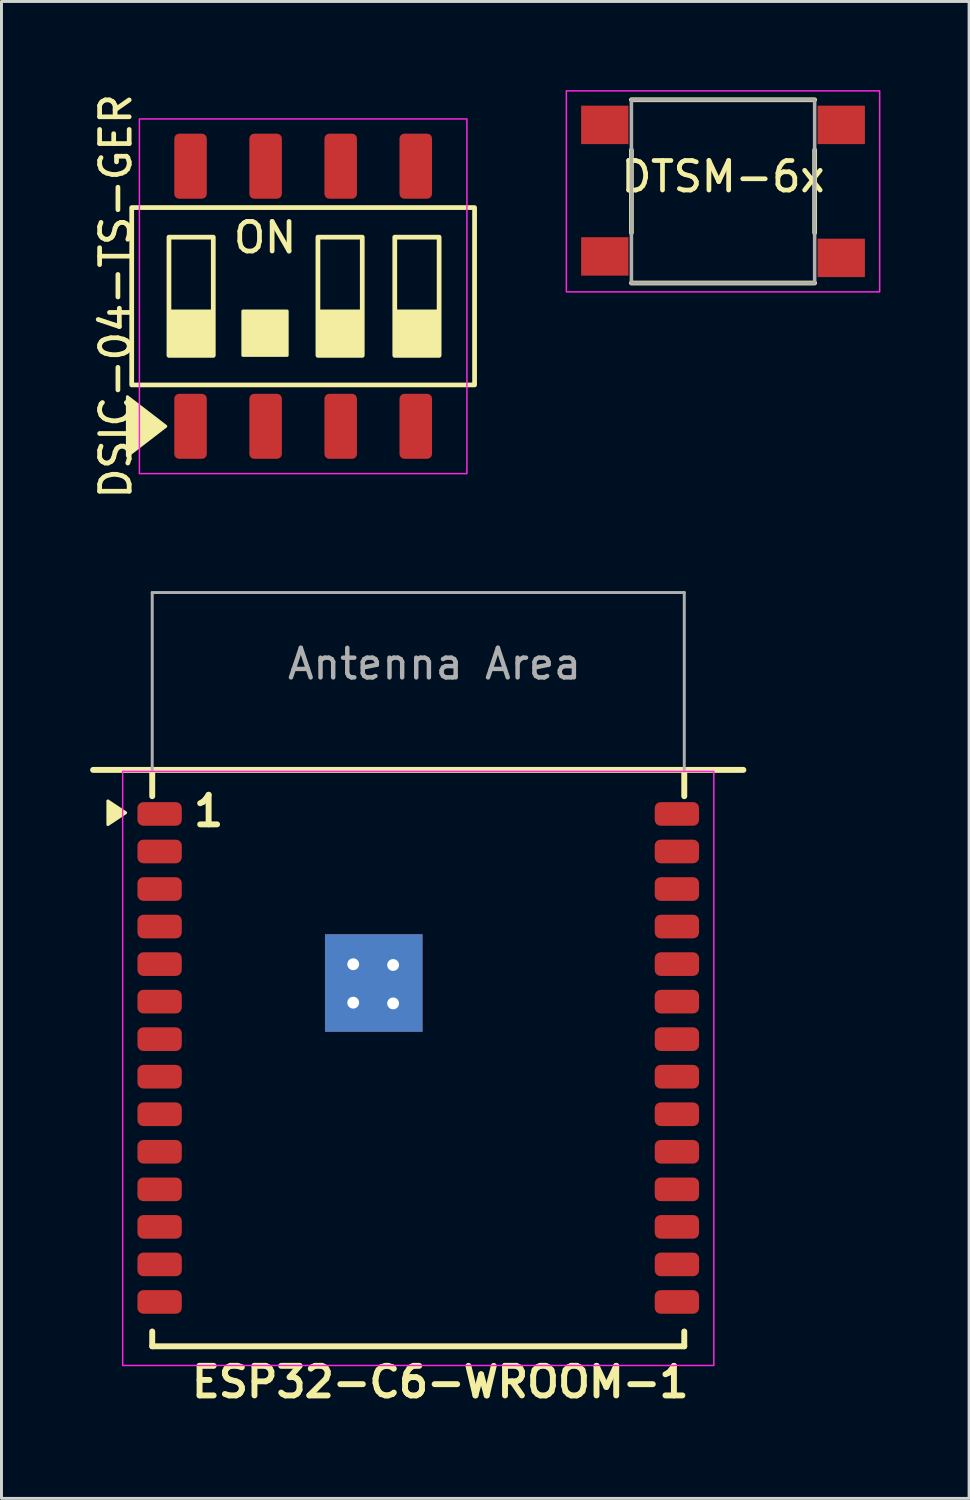
<source format=kicad_pcb>
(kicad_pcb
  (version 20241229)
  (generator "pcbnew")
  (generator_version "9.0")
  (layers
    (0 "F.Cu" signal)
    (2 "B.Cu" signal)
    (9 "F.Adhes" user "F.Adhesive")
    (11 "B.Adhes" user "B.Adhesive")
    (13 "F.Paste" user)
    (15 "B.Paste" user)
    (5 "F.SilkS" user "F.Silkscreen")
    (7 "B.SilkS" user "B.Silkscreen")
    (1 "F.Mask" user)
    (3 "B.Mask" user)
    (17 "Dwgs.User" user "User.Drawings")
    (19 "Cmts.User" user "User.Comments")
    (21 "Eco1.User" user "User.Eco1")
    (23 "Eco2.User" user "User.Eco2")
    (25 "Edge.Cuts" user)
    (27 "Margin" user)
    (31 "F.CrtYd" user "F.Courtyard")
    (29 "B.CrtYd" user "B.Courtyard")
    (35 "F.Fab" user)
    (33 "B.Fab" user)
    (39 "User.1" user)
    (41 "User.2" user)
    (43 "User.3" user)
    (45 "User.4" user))
  (footprint "DTSM-6x"
    (layer "F.Cu")
    (at 21.411 3.425)
    (property "Reference" "DTSM-6x" (at 0 -0.5 0) (unlocked yes) (layer "F.SilkS") (effects (font (size 1 1) (thickness 0.16))))
    (attr smd)
    (fp_line (start -3.1 -3.1) (end 3.1 -3.1) (stroke (width 0.16) (type default)) (layer "F.SilkS"))
    (fp_line (start -3.1 -1.4) (end -3.1 1.4) (stroke (width 0.16) (type default)) (layer "F.SilkS"))
    (fp_line (start -3.1 3.1) (end 3.1 3.1) (stroke (width 0.16) (type default)) (layer "F.SilkS"))
    (fp_line (start 3.1 -1.4) (end 3.1 1.4) (stroke (width 0.16) (type default)) (layer "F.SilkS"))
    (fp_rect (start -5.3 -3.4) (end 5.3 3.4) (stroke (width 0.05) (type default)) (fill no) (layer "F.CrtYd"))
    (fp_rect (start -3.1 -3.1) (end 3.1 3.1) (stroke (width 0.12) (type default)) (fill no) (layer "F.Fab"))
    (pad "1" smd rect (at -4 -2.25) (size 1.6 1.3) (layers "F.Cu" "F.Mask" "F.Paste"))
    (pad "2" smd rect (at 4 -2.25) (size 1.6 1.3) (layers "F.Cu" "F.Mask" "F.Paste"))
    (pad "3" smd rect (at -4 2.2) (size 1.6 1.3) (layers "F.Cu" "F.Mask" "F.Paste"))
    (pad "4" smd rect (at 4 2.25) (size 1.6 1.3) (layers "F.Cu" "F.Mask" "F.Paste")))
  (footprint "ESP32-C6-WROOM-1"
    (layer "F.Cu")
    (at 11.1 32.747)
    (property "Reference" "ESP32-C6-WROOM-1" (at 0.745 10.96 0) (unlocked yes) (layer "F.SilkS") (effects (font (size 1 1) (thickness 0.2) (bold yes))))
    (attr smd)
    (fp_line (start -11 -9.75) (end 11 -9.75) (stroke (width 0.2) (type solid)) (layer "F.SilkS"))
    (fp_line (start -9 -8.86) (end -9 -9.75) (stroke (width 0.2) (type solid)) (layer "F.SilkS"))
    (fp_line (start -9 9.25) (end -9 9.75) (stroke (width 0.2) (type solid)) (layer "F.SilkS"))
    (fp_line (start -9 9.75) (end 9 9.75) (stroke (width 0.2) (type solid)) (layer "F.SilkS"))
    (fp_line (start 9 -9.75) (end 9 -8.86) (stroke (width 0.2) (type solid)) (layer "F.SilkS"))
    (fp_line (start 9 9.75) (end 9 9.25) (stroke (width 0.2) (type solid)) (layer "F.SilkS"))
    (fp_poly (pts (xy -9.9 -8.3) (xy -10.5 -8.7) (xy -10.5 -7.9)) (stroke (width 0.1) (type solid)) (fill yes) (layer "F.SilkS"))
    (fp_rect (start -10 -9.7) (end 10 10.4) (stroke (width 0.05) (type default)) (fill no) (layer "F.CrtYd"))
    (fp_line (start -9 -15.75) (end 9 -15.75) (stroke (width 0.1) (type default)) (layer "F.Fab"))
    (fp_line (start -9 -9.75) (end -9 -15.75) (stroke (width 0.1) (type default)) (layer "F.Fab"))
    (fp_line (start 9 -15.75) (end 9 -9.75) (stroke (width 0.1) (type default)) (layer "F.Fab"))
    (fp_text user "1" (at -7.7 -7.775 0) (unlocked yes) (layer "F.SilkS") (effects (font (size 1 1) (thickness 0.2) (bold yes)) (justify left bottom)))
    (fp_text user "Antenna Area" (at -4.5 -12.75 0) (unlocked yes) (layer "F.Fab") (effects (font (size 1 1) (thickness 0.15)) (justify left bottom)))
    (pad "" smd roundrect (at -2.76 -3.78) (size 0.8 0.8) (layers "F.Paste") (roundrect_rratio 0.25))
    (pad "" smd roundrect (at -2.76 -2.53) (size 0.8 1) (layers "F.Paste") (roundrect_rratio 0.25))
    (pad "" smd roundrect (at -2.76 -1.28) (size 0.8 0.8) (layers "F.Paste") (roundrect_rratio 0.25))
    (pad "" smd roundrect (at -1.51 -3.78) (size 1 0.8) (layers "F.Paste") (roundrect_rratio 0.25))
    (pad "" smd roundrect (at -1.51 -2.53) (size 1 1) (layers "F.Paste") (roundrect_rratio 0.25))
    (pad "" smd roundrect (at -1.51 -1.28) (size 1 0.8) (layers "F.Paste") (roundrect_rratio 0.25))
    (pad "" smd roundrect (at -0.26 -3.78) (size 0.8 0.8) (layers "F.Paste") (roundrect_rratio 0.25))
    (pad "" smd roundrect (at -0.26 -2.53) (size 0.8 1) (layers "F.Paste") (roundrect_rratio 0.25))
    (pad "" smd roundrect (at -0.26 -1.28) (size 0.8 0.8) (layers "F.Paste") (roundrect_rratio 0.25))
    (pad "1" smd roundrect (at -8.75 -8.26) (size 1.5 0.8) (layers "F.Cu" "F.Mask" "F.Paste") (roundrect_rratio 0.25))
    (pad "2" smd roundrect (at -8.75 -6.99) (size 1.5 0.8) (layers "F.Cu" "F.Mask" "F.Paste") (roundrect_rratio 0.25))
    (pad "3" smd roundrect (at -8.75 -5.72) (size 1.5 0.8) (layers "F.Cu" "F.Mask" "F.Paste") (roundrect_rratio 0.25))
    (pad "4" smd roundrect (at -8.75 -4.45) (size 1.5 0.8) (layers "F.Cu" "F.Mask" "F.Paste") (roundrect_rratio 0.25))
    (pad "5" smd roundrect (at -8.75 -3.18) (size 1.5 0.8) (layers "F.Cu" "F.Mask" "F.Paste") (roundrect_rratio 0.25))
    (pad "6" smd roundrect (at -8.75 -1.91) (size 1.5 0.8) (layers "F.Cu" "F.Mask" "F.Paste") (roundrect_rratio 0.25))
    (pad "7" smd roundrect (at -8.75 -0.64) (size 1.5 0.8) (layers "F.Cu" "F.Mask" "F.Paste") (roundrect_rratio 0.25))
    (pad "8" smd roundrect (at -8.75 0.63) (size 1.5 0.8) (layers "F.Cu" "F.Mask" "F.Paste") (roundrect_rratio 0.25))
    (pad "9" smd roundrect (at -8.75 1.9) (size 1.5 0.8) (layers "F.Cu" "F.Mask" "F.Paste") (roundrect_rratio 0.25))
    (pad "10" smd roundrect (at -8.75 3.17) (size 1.5 0.8) (layers "F.Cu" "F.Mask" "F.Paste") (roundrect_rratio 0.25))
    (pad "11" smd roundrect (at -8.75 4.44) (size 1.5 0.8) (layers "F.Cu" "F.Mask" "F.Paste") (roundrect_rratio 0.25))
    (pad "12" smd roundrect (at -8.75 5.71) (size 1.5 0.8) (layers "F.Cu" "F.Mask" "F.Paste") (roundrect_rratio 0.25))
    (pad "13" smd roundrect (at -8.75 6.98) (size 1.5 0.8) (layers "F.Cu" "F.Mask" "F.Paste") (roundrect_rratio 0.25))
    (pad "14" smd roundrect (at -8.75 8.25) (size 1.5 0.8) (layers "F.Cu" "F.Mask" "F.Paste") (roundrect_rratio 0.25))
    (pad "15" smd roundrect (at 8.75 8.25) (size 1.5 0.8) (layers "F.Cu" "F.Mask" "F.Paste") (roundrect_rratio 0.25))
    (pad "16" smd roundrect (at 8.75 6.98) (size 1.5 0.8) (layers "F.Cu" "F.Mask" "F.Paste") (roundrect_rratio 0.25))
    (pad "17" smd roundrect (at 8.75 5.71) (size 1.5 0.8) (layers "F.Cu" "F.Mask" "F.Paste") (roundrect_rratio 0.25))
    (pad "18" smd roundrect (at 8.75 4.44) (size 1.5 0.8) (layers "F.Cu" "F.Mask" "F.Paste") (roundrect_rratio 0.25))
    (pad "19" smd roundrect (at 8.75 3.17) (size 1.5 0.8) (layers "F.Cu" "F.Mask" "F.Paste") (roundrect_rratio 0.25))
    (pad "20" smd roundrect (at 8.75 1.9) (size 1.5 0.8) (layers "F.Cu" "F.Mask" "F.Paste") (roundrect_rratio 0.25))
    (pad "21" smd roundrect (at 8.75 0.63) (size 1.5 0.8) (layers "F.Cu" "F.Mask" "F.Paste") (roundrect_rratio 0.25))
    (pad "22" smd roundrect (at 8.75 -0.64) (size 1.5 0.8) (layers "F.Cu" "F.Mask" "F.Paste") (roundrect_rratio 0.25))
    (pad "23" smd roundrect (at 8.75 -1.91) (size 1.5 0.8) (layers "F.Cu" "F.Mask" "F.Paste") (roundrect_rratio 0.25))
    (pad "24" smd roundrect (at 8.75 -3.18) (size 1.5 0.8) (layers "F.Cu" "F.Mask" "F.Paste") (roundrect_rratio 0.25))
    (pad "25" smd roundrect (at 8.75 -4.45) (size 1.5 0.8) (layers "F.Cu" "F.Mask" "F.Paste") (roundrect_rratio 0.25))
    (pad "26" smd roundrect (at 8.75 -5.72) (size 1.5 0.8) (layers "F.Cu" "F.Mask" "F.Paste") (roundrect_rratio 0.25))
    (pad "27" smd roundrect (at 8.75 -6.99) (size 1.5 0.8) (layers "F.Cu" "F.Mask" "F.Paste") (roundrect_rratio 0.25))
    (pad "28" smd roundrect (at 8.75 -8.26) (size 1.5 0.8) (layers "F.Cu" "F.Mask" "F.Paste") (roundrect_rratio 0.25))
    (pad "29" thru_hole circle (at -2.2 -3.175) (size 0.8 0.8) (drill 0.4) (layers "*.Cu" "*.Mask"))
    (pad "29" thru_hole circle (at -2.2 -1.875) (size 0.8 0.8) (drill 0.4) (layers "*.Cu" "*.Mask"))
    (pad "29" smd rect (at -1.505 -2.54) (size 3.3 3.3) (layers "F.Cu" "F.Mask"))
    (pad "29" smd rect (at -1.505 -2.54) (size 3.3 3.3) (layers "B.Cu"))
    (pad "29" thru_hole circle (at -0.85 -3.15) (size 0.8 0.8) (drill 0.4) (layers "*.Cu" "*.Mask"))
    (pad "29" thru_hole circle (at -0.85 -1.85) (size 0.8 0.8) (drill 0.4) (layers "*.Cu" "*.Mask")))
  (footprint "DSIC-04-TS-GER"
    (layer "F.Cu")
    (at 7.206 6.973)
    (property "Reference" "DSIC-04-TS-GER" (at -6.34 0 90) (unlocked yes) (layer "F.SilkS") (effects (font (size 1 1) (thickness 0.16))))
    (attr smd)
    (fp_rect (start -5.8 -3) (end 5.8 3) (stroke (width 0.16) (type solid)) (fill no) (layer "F.SilkS"))
    (fp_rect (start -4.54 -2) (end -3.04 2) (stroke (width 0.16) (type solid)) (fill no) (layer "F.SilkS"))
    (fp_rect (start -4.54 0.5) (end -3.04 2) (stroke (width 0.1) (type solid)) (fill yes) (layer "F.SilkS"))
    (fp_rect (start -2.04 0.5) (end -0.54 2) (stroke (width 0.1) (type solid)) (fill yes) (layer "F.SilkS"))
    (fp_rect (start 0.5 -2) (end 2 2) (stroke (width 0.16) (type solid)) (fill no) (layer "F.SilkS"))
    (fp_rect (start 0.5 0.5) (end 2 2) (stroke (width 0.1) (type solid)) (fill yes) (layer "F.SilkS"))
    (fp_rect (start 3.1 -2) (end 4.6 2) (stroke (width 0.16) (type solid)) (fill no) (layer "F.SilkS"))
    (fp_rect (start 3.1 0.5) (end 4.6 2) (stroke (width 0.1) (type solid)) (fill yes) (layer "F.SilkS"))
    (fp_poly (pts (xy -4.647 4.399) (xy -5.947 3.399) (xy -5.947 5.399)) (stroke (width 0.1) (type solid)) (fill yes) (layer "F.SilkS"))
    (fp_rect (start -5.54 -6) (end 5.54 6) (stroke (width 0.05) (type solid)) (fill no) (layer "F.CrtYd"))
    (fp_text user "ON" (at -2.44 -1.4 0) (unlocked yes) (layer "F.SilkS") (effects (font (size 1 1) (thickness 0.16)) (justify left bottom)))
    (pad "1" smd roundrect (at -3.81 4.4) (size 1.1 2.2) (layers "F.Cu" "F.Mask" "F.Paste") (roundrect_rratio 0.15))
    (pad "2" smd roundrect (at -1.27 4.4) (size 1.1 2.2) (layers "F.Cu" "F.Mask" "F.Paste") (roundrect_rratio 0.15))
    (pad "3" smd roundrect (at 1.27 4.4) (size 1.1 2.2) (layers "F.Cu" "F.Mask" "F.Paste") (roundrect_rratio 0.15))
    (pad "4" smd roundrect (at 3.81 4.4) (size 1.1 2.2) (layers "F.Cu" "F.Mask" "F.Paste") (roundrect_rratio 0.15))
    (pad "5" smd roundrect (at 3.81 -4.4) (size 1.1 2.2) (layers "F.Cu" "F.Mask" "F.Paste") (roundrect_rratio 0.15))
    (pad "6" smd roundrect (at 1.27 -4.4) (size 1.1 2.2) (layers "F.Cu" "F.Mask" "F.Paste") (roundrect_rratio 0.15))
    (pad "7" smd roundrect (at -1.27 -4.4) (size 1.1 2.2) (layers "F.Cu" "F.Mask" "F.Paste") (roundrect_rratio 0.15))
    (pad "8" smd roundrect (at -3.81 -4.4) (size 1.1 2.2) (layers "F.Cu" "F.Mask" "F.Paste") (roundrect_rratio 0.15)))
  (gr_rect
    (start -3 -3)
    (end 29.736 47.643)
    (stroke (width 0.1) (type default))
    (fill no)
    (layer "Edge.Cuts")))
</source>
